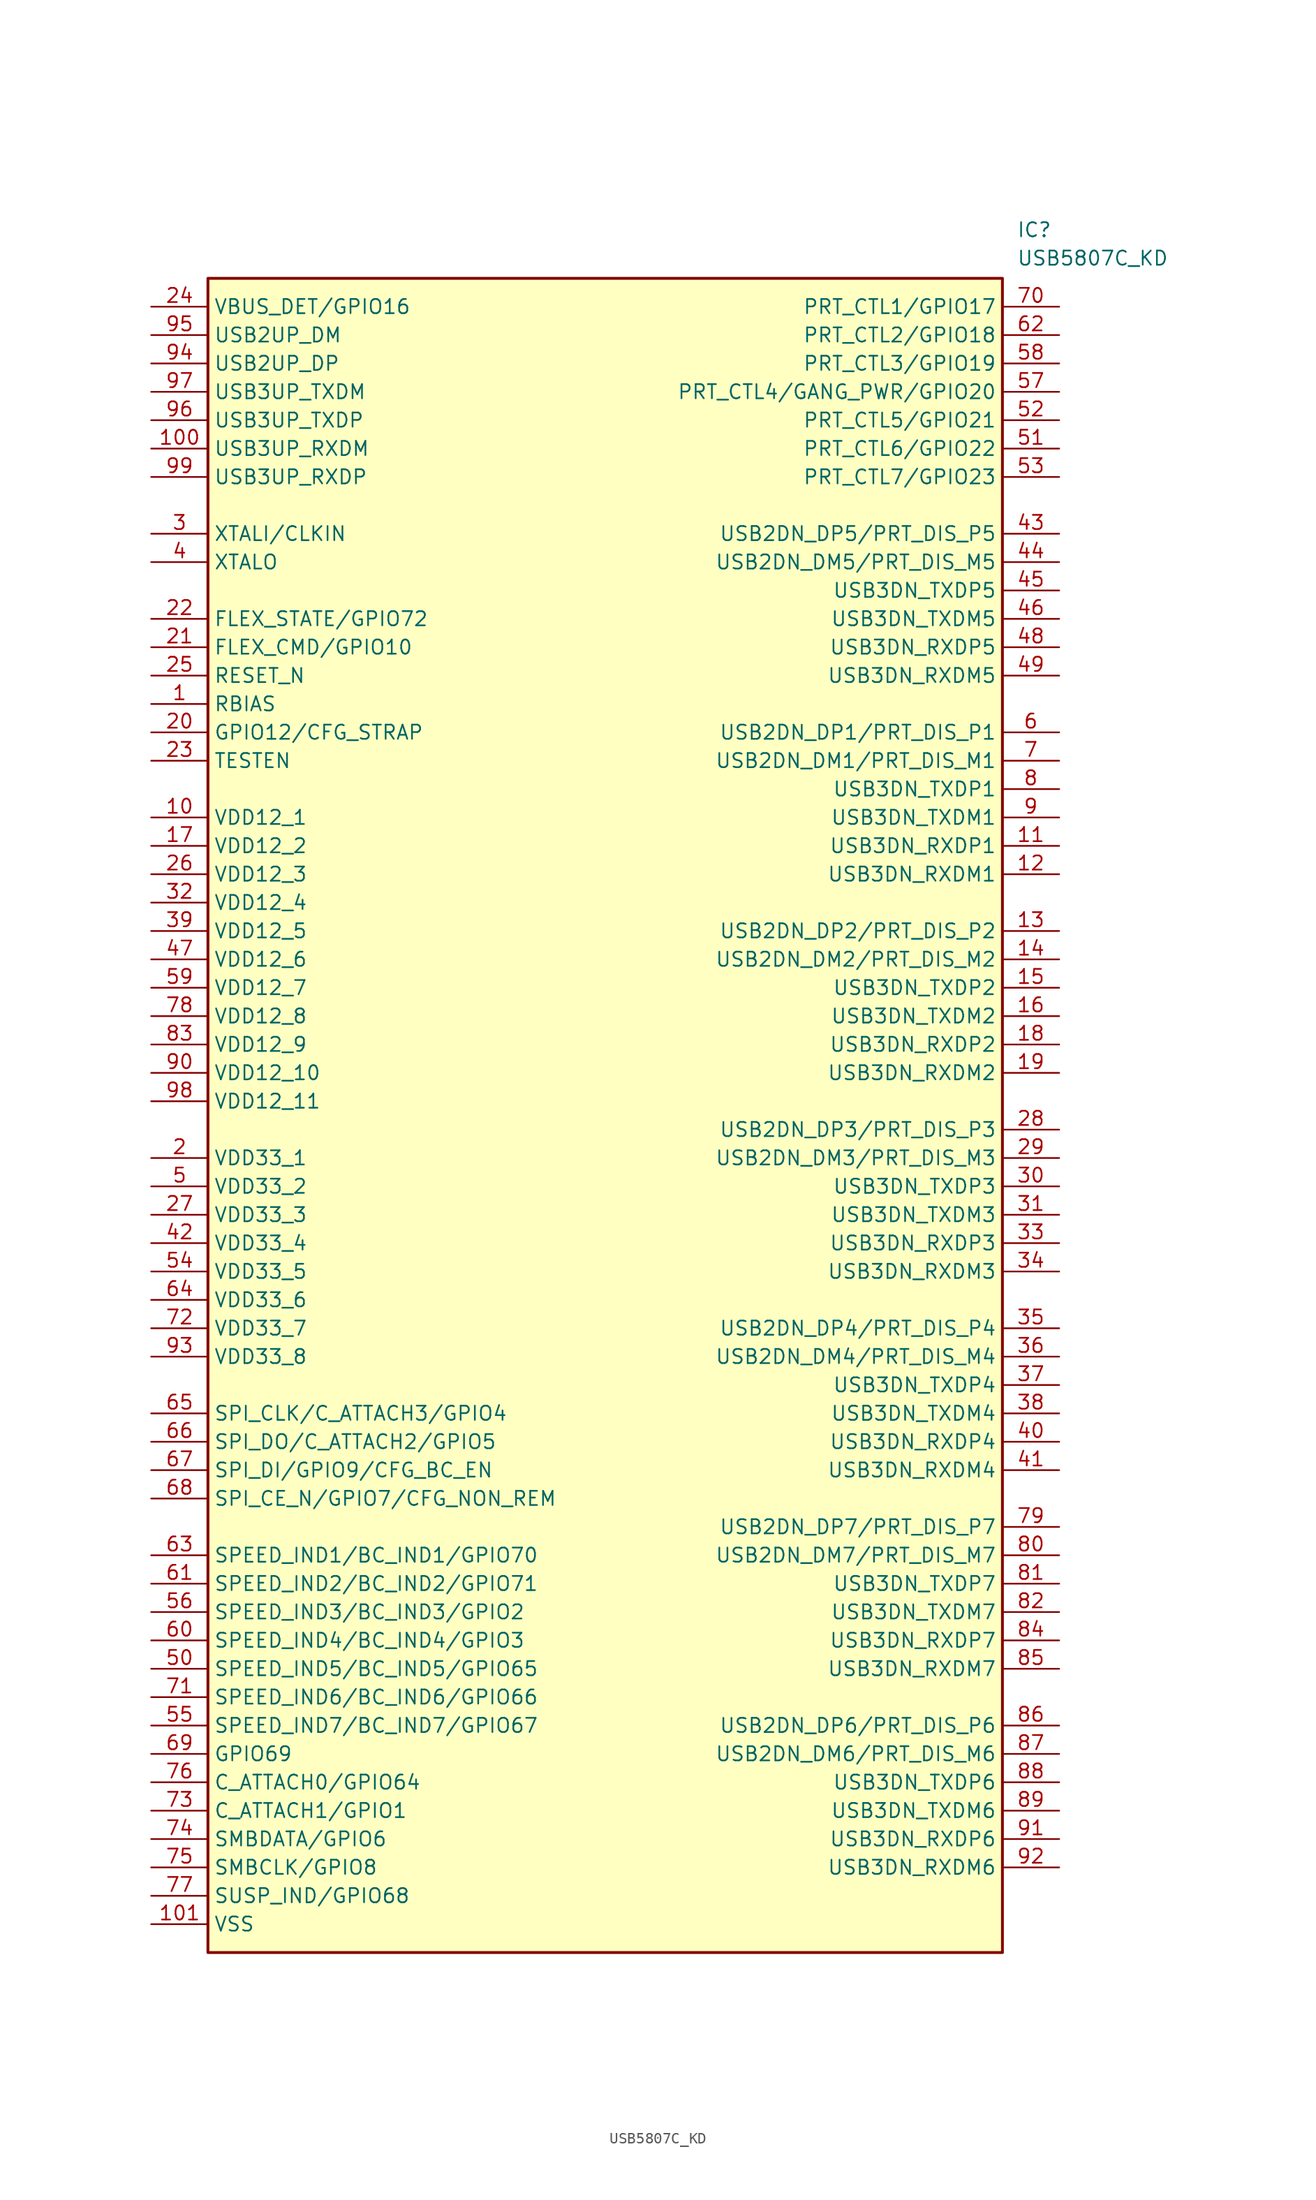
<source format=kicad_sym>
(kicad_symbol_lib
  (version 20231120)
  (generator "kicad_symbol_editor")
  (generator_version "8.0")
  (symbol "USB5807C_KD"
    (property "Reference" "IC"
      (at 77.47 7.62 0)
      (effects (font (size 1.27 1.27)) (justify left top)))
    (property "Value" "USB5807C_KD"
      (at 77.47 5.08 0)
      (effects (font (size 1.27 1.27)) (justify left top)))
    (symbol "USB5807C_KD_1_1"
      (rectangle (start 5.08 2.54) (end 76.2 -147.32) (stroke (width 0.254) (type default)) (fill (type background)))
      (pin passive line (at 0 -35.56 0) (length 5.08) (name "RBIAS" (effects (font (size 1.27 1.27)))) (number "1" (effects (font (size 1.27 1.27)))))
      (pin passive line (at 0 -45.72 0) (length 5.08) (name "VDD12_1" (effects (font (size 1.27 1.27)))) (number "10" (effects (font (size 1.27 1.27)))))
      (pin passive line (at 0 -12.7 0) (length 5.08) (name "USB3UP_RXDM" (effects (font (size 1.27 1.27)))) (number "100" (effects (font (size 1.27 1.27)))))
      (pin passive line (at 0 -144.78 0) (length 5.08) (name "VSS" (effects (font (size 1.27 1.27)))) (number "101" (effects (font (size 1.27 1.27)))))
      (pin passive line (at 81.28 -48.26 180) (length 5.08) (name "USB3DN_RXDP1" (effects (font (size 1.27 1.27)))) (number "11" (effects (font (size 1.27 1.27)))))
      (pin passive line (at 81.28 -50.8 180) (length 5.08) (name "USB3DN_RXDM1" (effects (font (size 1.27 1.27)))) (number "12" (effects (font (size 1.27 1.27)))))
      (pin passive line (at 81.28 -55.88 180) (length 5.08) (name "USB2DN_DP2/PRT_DIS_P2" (effects (font (size 1.27 1.27)))) (number "13" (effects (font (size 1.27 1.27)))))
      (pin passive line (at 81.28 -58.42 180) (length 5.08) (name "USB2DN_DM2/PRT_DIS_M2" (effects (font (size 1.27 1.27)))) (number "14" (effects (font (size 1.27 1.27)))))
      (pin passive line (at 81.28 -60.96 180) (length 5.08) (name "USB3DN_TXDP2" (effects (font (size 1.27 1.27)))) (number "15" (effects (font (size 1.27 1.27)))))
      (pin passive line (at 81.28 -63.5 180) (length 5.08) (name "USB3DN_TXDM2" (effects (font (size 1.27 1.27)))) (number "16" (effects (font (size 1.27 1.27)))))
      (pin passive line (at 0 -48.26 0) (length 5.08) (name "VDD12_2" (effects (font (size 1.27 1.27)))) (number "17" (effects (font (size 1.27 1.27)))))
      (pin passive line (at 81.28 -66.04 180) (length 5.08) (name "USB3DN_RXDP2" (effects (font (size 1.27 1.27)))) (number "18" (effects (font (size 1.27 1.27)))))
      (pin passive line (at 81.28 -68.58 180) (length 5.08) (name "USB3DN_RXDM2" (effects (font (size 1.27 1.27)))) (number "19" (effects (font (size 1.27 1.27)))))
      (pin passive line (at 0 -76.2 0) (length 5.08) (name "VDD33_1" (effects (font (size 1.27 1.27)))) (number "2" (effects (font (size 1.27 1.27)))))
      (pin passive line (at 0 -38.1 0) (length 5.08) (name "GPIO12/CFG_STRAP" (effects (font (size 1.27 1.27)))) (number "20" (effects (font (size 1.27 1.27)))))
      (pin passive line (at 0 -30.48 0) (length 5.08) (name "FLEX_CMD/GPIO10" (effects (font (size 1.27 1.27)))) (number "21" (effects (font (size 1.27 1.27)))))
      (pin passive line (at 0 -27.94 0) (length 5.08) (name "FLEX_STATE/GPIO72" (effects (font (size 1.27 1.27)))) (number "22" (effects (font (size 1.27 1.27)))))
      (pin passive line (at 0 -40.64 0) (length 5.08) (name "TESTEN" (effects (font (size 1.27 1.27)))) (number "23" (effects (font (size 1.27 1.27)))))
      (pin passive line (at 0 0 0) (length 5.08) (name "VBUS_DET/GPIO16" (effects (font (size 1.27 1.27)))) (number "24" (effects (font (size 1.27 1.27)))))
      (pin passive line (at 0 -33.02 0) (length 5.08) (name "RESET_N" (effects (font (size 1.27 1.27)))) (number "25" (effects (font (size 1.27 1.27)))))
      (pin passive line (at 0 -50.8 0) (length 5.08) (name "VDD12_3" (effects (font (size 1.27 1.27)))) (number "26" (effects (font (size 1.27 1.27)))))
      (pin passive line (at 0 -81.28 0) (length 5.08) (name "VDD33_3" (effects (font (size 1.27 1.27)))) (number "27" (effects (font (size 1.27 1.27)))))
      (pin passive line (at 81.28 -73.66 180) (length 5.08) (name "USB2DN_DP3/PRT_DIS_P3" (effects (font (size 1.27 1.27)))) (number "28" (effects (font (size 1.27 1.27)))))
      (pin passive line (at 81.28 -76.2 180) (length 5.08) (name "USB2DN_DM3/PRT_DIS_M3" (effects (font (size 1.27 1.27)))) (number "29" (effects (font (size 1.27 1.27)))))
      (pin passive line (at 0 -20.32 0) (length 5.08) (name "XTALI/CLKIN" (effects (font (size 1.27 1.27)))) (number "3" (effects (font (size 1.27 1.27)))))
      (pin passive line (at 81.28 -78.74 180) (length 5.08) (name "USB3DN_TXDP3" (effects (font (size 1.27 1.27)))) (number "30" (effects (font (size 1.27 1.27)))))
      (pin passive line (at 81.28 -81.28 180) (length 5.08) (name "USB3DN_TXDM3" (effects (font (size 1.27 1.27)))) (number "31" (effects (font (size 1.27 1.27)))))
      (pin passive line (at 0 -53.34 0) (length 5.08) (name "VDD12_4" (effects (font (size 1.27 1.27)))) (number "32" (effects (font (size 1.27 1.27)))))
      (pin passive line (at 81.28 -83.82 180) (length 5.08) (name "USB3DN_RXDP3" (effects (font (size 1.27 1.27)))) (number "33" (effects (font (size 1.27 1.27)))))
      (pin passive line (at 81.28 -86.36 180) (length 5.08) (name "USB3DN_RXDM3" (effects (font (size 1.27 1.27)))) (number "34" (effects (font (size 1.27 1.27)))))
      (pin passive line (at 81.28 -91.44 180) (length 5.08) (name "USB2DN_DP4/PRT_DIS_P4" (effects (font (size 1.27 1.27)))) (number "35" (effects (font (size 1.27 1.27)))))
      (pin passive line (at 81.28 -93.98 180) (length 5.08) (name "USB2DN_DM4/PRT_DIS_M4" (effects (font (size 1.27 1.27)))) (number "36" (effects (font (size 1.27 1.27)))))
      (pin passive line (at 81.28 -96.52 180) (length 5.08) (name "USB3DN_TXDP4" (effects (font (size 1.27 1.27)))) (number "37" (effects (font (size 1.27 1.27)))))
      (pin passive line (at 81.28 -99.06 180) (length 5.08) (name "USB3DN_TXDM4" (effects (font (size 1.27 1.27)))) (number "38" (effects (font (size 1.27 1.27)))))
      (pin passive line (at 0 -55.88 0) (length 5.08) (name "VDD12_5" (effects (font (size 1.27 1.27)))) (number "39" (effects (font (size 1.27 1.27)))))
      (pin passive line (at 0 -22.86 0) (length 5.08) (name "XTALO" (effects (font (size 1.27 1.27)))) (number "4" (effects (font (size 1.27 1.27)))))
      (pin passive line (at 81.28 -101.6 180) (length 5.08) (name "USB3DN_RXDP4" (effects (font (size 1.27 1.27)))) (number "40" (effects (font (size 1.27 1.27)))))
      (pin passive line (at 81.28 -104.14 180) (length 5.08) (name "USB3DN_RXDM4" (effects (font (size 1.27 1.27)))) (number "41" (effects (font (size 1.27 1.27)))))
      (pin passive line (at 0 -83.82 0) (length 5.08) (name "VDD33_4" (effects (font (size 1.27 1.27)))) (number "42" (effects (font (size 1.27 1.27)))))
      (pin passive line (at 81.28 -20.32 180) (length 5.08) (name "USB2DN_DP5/PRT_DIS_P5" (effects (font (size 1.27 1.27)))) (number "43" (effects (font (size 1.27 1.27)))))
      (pin passive line (at 81.28 -22.86 180) (length 5.08) (name "USB2DN_DM5/PRT_DIS_M5" (effects (font (size 1.27 1.27)))) (number "44" (effects (font (size 1.27 1.27)))))
      (pin passive line (at 81.28 -25.4 180) (length 5.08) (name "USB3DN_TXDP5" (effects (font (size 1.27 1.27)))) (number "45" (effects (font (size 1.27 1.27)))))
      (pin passive line (at 81.28 -27.94 180) (length 5.08) (name "USB3DN_TXDM5" (effects (font (size 1.27 1.27)))) (number "46" (effects (font (size 1.27 1.27)))))
      (pin passive line (at 0 -58.42 0) (length 5.08) (name "VDD12_6" (effects (font (size 1.27 1.27)))) (number "47" (effects (font (size 1.27 1.27)))))
      (pin passive line (at 81.28 -30.48 180) (length 5.08) (name "USB3DN_RXDP5" (effects (font (size 1.27 1.27)))) (number "48" (effects (font (size 1.27 1.27)))))
      (pin passive line (at 81.28 -33.02 180) (length 5.08) (name "USB3DN_RXDM5" (effects (font (size 1.27 1.27)))) (number "49" (effects (font (size 1.27 1.27)))))
      (pin passive line (at 0 -78.74 0) (length 5.08) (name "VDD33_2" (effects (font (size 1.27 1.27)))) (number "5" (effects (font (size 1.27 1.27)))))
      (pin passive line (at 0 -121.92 0) (length 5.08) (name "SPEED_IND5/BC_IND5/GPIO65" (effects (font (size 1.27 1.27)))) (number "50" (effects (font (size 1.27 1.27)))))
      (pin passive line (at 81.28 -12.7 180) (length 5.08) (name "PRT_CTL6/GPIO22" (effects (font (size 1.27 1.27)))) (number "51" (effects (font (size 1.27 1.27)))))
      (pin passive line (at 81.28 -10.16 180) (length 5.08) (name "PRT_CTL5/GPIO21" (effects (font (size 1.27 1.27)))) (number "52" (effects (font (size 1.27 1.27)))))
      (pin passive line (at 81.28 -15.24 180) (length 5.08) (name "PRT_CTL7/GPIO23" (effects (font (size 1.27 1.27)))) (number "53" (effects (font (size 1.27 1.27)))))
      (pin passive line (at 0 -86.36 0) (length 5.08) (name "VDD33_5" (effects (font (size 1.27 1.27)))) (number "54" (effects (font (size 1.27 1.27)))))
      (pin passive line (at 0 -127 0) (length 5.08) (name "SPEED_IND7/BC_IND7/GPIO67" (effects (font (size 1.27 1.27)))) (number "55" (effects (font (size 1.27 1.27)))))
      (pin passive line (at 0 -116.84 0) (length 5.08) (name "SPEED_IND3/BC_IND3/GPIO2" (effects (font (size 1.27 1.27)))) (number "56" (effects (font (size 1.27 1.27)))))
      (pin passive line (at 81.28 -7.62 180) (length 5.08) (name "PRT_CTL4/GANG_PWR/GPIO20" (effects (font (size 1.27 1.27)))) (number "57" (effects (font (size 1.27 1.27)))))
      (pin passive line (at 81.28 -5.08 180) (length 5.08) (name "PRT_CTL3/GPIO19" (effects (font (size 1.27 1.27)))) (number "58" (effects (font (size 1.27 1.27)))))
      (pin passive line (at 0 -60.96 0) (length 5.08) (name "VDD12_7" (effects (font (size 1.27 1.27)))) (number "59" (effects (font (size 1.27 1.27)))))
      (pin passive line (at 81.28 -38.1 180) (length 5.08) (name "USB2DN_DP1/PRT_DIS_P1" (effects (font (size 1.27 1.27)))) (number "6" (effects (font (size 1.27 1.27)))))
      (pin passive line (at 0 -119.38 0) (length 5.08) (name "SPEED_IND4/BC_IND4/GPIO3" (effects (font (size 1.27 1.27)))) (number "60" (effects (font (size 1.27 1.27)))))
      (pin passive line (at 0 -114.3 0) (length 5.08) (name "SPEED_IND2/BC_IND2/GPIO71" (effects (font (size 1.27 1.27)))) (number "61" (effects (font (size 1.27 1.27)))))
      (pin passive line (at 81.28 -2.54 180) (length 5.08) (name "PRT_CTL2/GPIO18" (effects (font (size 1.27 1.27)))) (number "62" (effects (font (size 1.27 1.27)))))
      (pin passive line (at 0 -111.76 0) (length 5.08) (name "SPEED_IND1/BC_IND1/GPIO70" (effects (font (size 1.27 1.27)))) (number "63" (effects (font (size 1.27 1.27)))))
      (pin passive line (at 0 -88.9 0) (length 5.08) (name "VDD33_6" (effects (font (size 1.27 1.27)))) (number "64" (effects (font (size 1.27 1.27)))))
      (pin passive line (at 0 -99.06 0) (length 5.08) (name "SPI_CLK/C_ATTACH3/GPIO4" (effects (font (size 1.27 1.27)))) (number "65" (effects (font (size 1.27 1.27)))))
      (pin passive line (at 0 -101.6 0) (length 5.08) (name "SPI_DO/C_ATTACH2/GPIO5" (effects (font (size 1.27 1.27)))) (number "66" (effects (font (size 1.27 1.27)))))
      (pin passive line (at 0 -104.14 0) (length 5.08) (name "SPI_DI/GPIO9/CFG_BC_EN" (effects (font (size 1.27 1.27)))) (number "67" (effects (font (size 1.27 1.27)))))
      (pin passive line (at 0 -106.68 0) (length 5.08) (name "SPI_CE_N/GPIO7/CFG_NON_REM" (effects (font (size 1.27 1.27)))) (number "68" (effects (font (size 1.27 1.27)))))
      (pin passive line (at 0 -129.54 0) (length 5.08) (name "GPIO69" (effects (font (size 1.27 1.27)))) (number "69" (effects (font (size 1.27 1.27)))))
      (pin passive line (at 81.28 -40.64 180) (length 5.08) (name "USB2DN_DM1/PRT_DIS_M1" (effects (font (size 1.27 1.27)))) (number "7" (effects (font (size 1.27 1.27)))))
      (pin passive line (at 81.28 0 180) (length 5.08) (name "PRT_CTL1/GPIO17" (effects (font (size 1.27 1.27)))) (number "70" (effects (font (size 1.27 1.27)))))
      (pin passive line (at 0 -124.46 0) (length 5.08) (name "SPEED_IND6/BC_IND6/GPIO66" (effects (font (size 1.27 1.27)))) (number "71" (effects (font (size 1.27 1.27)))))
      (pin passive line (at 0 -91.44 0) (length 5.08) (name "VDD33_7" (effects (font (size 1.27 1.27)))) (number "72" (effects (font (size 1.27 1.27)))))
      (pin passive line (at 0 -134.62 0) (length 5.08) (name "C_ATTACH1/GPIO1" (effects (font (size 1.27 1.27)))) (number "73" (effects (font (size 1.27 1.27)))))
      (pin passive line (at 0 -137.16 0) (length 5.08) (name "SMBDATA/GPIO6" (effects (font (size 1.27 1.27)))) (number "74" (effects (font (size 1.27 1.27)))))
      (pin passive line (at 0 -139.7 0) (length 5.08) (name "SMBCLK/GPIO8" (effects (font (size 1.27 1.27)))) (number "75" (effects (font (size 1.27 1.27)))))
      (pin passive line (at 0 -132.08 0) (length 5.08) (name "C_ATTACH0/GPIO64" (effects (font (size 1.27 1.27)))) (number "76" (effects (font (size 1.27 1.27)))))
      (pin passive line (at 0 -142.24 0) (length 5.08) (name "SUSP_IND/GPIO68" (effects (font (size 1.27 1.27)))) (number "77" (effects (font (size 1.27 1.27)))))
      (pin passive line (at 0 -63.5 0) (length 5.08) (name "VDD12_8" (effects (font (size 1.27 1.27)))) (number "78" (effects (font (size 1.27 1.27)))))
      (pin passive line (at 81.28 -109.22 180) (length 5.08) (name "USB2DN_DP7/PRT_DIS_P7" (effects (font (size 1.27 1.27)))) (number "79" (effects (font (size 1.27 1.27)))))
      (pin passive line (at 81.28 -43.18 180) (length 5.08) (name "USB3DN_TXDP1" (effects (font (size 1.27 1.27)))) (number "8" (effects (font (size 1.27 1.27)))))
      (pin passive line (at 81.28 -111.76 180) (length 5.08) (name "USB2DN_DM7/PRT_DIS_M7" (effects (font (size 1.27 1.27)))) (number "80" (effects (font (size 1.27 1.27)))))
      (pin passive line (at 81.28 -114.3 180) (length 5.08) (name "USB3DN_TXDP7" (effects (font (size 1.27 1.27)))) (number "81" (effects (font (size 1.27 1.27)))))
      (pin passive line (at 81.28 -116.84 180) (length 5.08) (name "USB3DN_TXDM7" (effects (font (size 1.27 1.27)))) (number "82" (effects (font (size 1.27 1.27)))))
      (pin passive line (at 0 -66.04 0) (length 5.08) (name "VDD12_9" (effects (font (size 1.27 1.27)))) (number "83" (effects (font (size 1.27 1.27)))))
      (pin passive line (at 81.28 -119.38 180) (length 5.08) (name "USB3DN_RXDP7" (effects (font (size 1.27 1.27)))) (number "84" (effects (font (size 1.27 1.27)))))
      (pin passive line (at 81.28 -121.92 180) (length 5.08) (name "USB3DN_RXDM7" (effects (font (size 1.27 1.27)))) (number "85" (effects (font (size 1.27 1.27)))))
      (pin passive line (at 81.28 -127 180) (length 5.08) (name "USB2DN_DP6/PRT_DIS_P6" (effects (font (size 1.27 1.27)))) (number "86" (effects (font (size 1.27 1.27)))))
      (pin passive line (at 81.28 -129.54 180) (length 5.08) (name "USB2DN_DM6/PRT_DIS_M6" (effects (font (size 1.27 1.27)))) (number "87" (effects (font (size 1.27 1.27)))))
      (pin passive line (at 81.28 -132.08 180) (length 5.08) (name "USB3DN_TXDP6" (effects (font (size 1.27 1.27)))) (number "88" (effects (font (size 1.27 1.27)))))
      (pin passive line (at 81.28 -134.62 180) (length 5.08) (name "USB3DN_TXDM6" (effects (font (size 1.27 1.27)))) (number "89" (effects (font (size 1.27 1.27)))))
      (pin passive line (at 81.28 -45.72 180) (length 5.08) (name "USB3DN_TXDM1" (effects (font (size 1.27 1.27)))) (number "9" (effects (font (size 1.27 1.27)))))
      (pin passive line (at 0 -68.58 0) (length 5.08) (name "VDD12_10" (effects (font (size 1.27 1.27)))) (number "90" (effects (font (size 1.27 1.27)))))
      (pin passive line (at 81.28 -137.16 180) (length 5.08) (name "USB3DN_RXDP6" (effects (font (size 1.27 1.27)))) (number "91" (effects (font (size 1.27 1.27)))))
      (pin passive line (at 81.28 -139.7 180) (length 5.08) (name "USB3DN_RXDM6" (effects (font (size 1.27 1.27)))) (number "92" (effects (font (size 1.27 1.27)))))
      (pin passive line (at 0 -93.98 0) (length 5.08) (name "VDD33_8" (effects (font (size 1.27 1.27)))) (number "93" (effects (font (size 1.27 1.27)))))
      (pin passive line (at 0 -5.08 0) (length 5.08) (name "USB2UP_DP" (effects (font (size 1.27 1.27)))) (number "94" (effects (font (size 1.27 1.27)))))
      (pin passive line (at 0 -2.54 0) (length 5.08) (name "USB2UP_DM" (effects (font (size 1.27 1.27)))) (number "95" (effects (font (size 1.27 1.27)))))
      (pin passive line (at 0 -10.16 0) (length 5.08) (name "USB3UP_TXDP" (effects (font (size 1.27 1.27)))) (number "96" (effects (font (size 1.27 1.27)))))
      (pin passive line (at 0 -7.62 0) (length 5.08) (name "USB3UP_TXDM" (effects (font (size 1.27 1.27)))) (number "97" (effects (font (size 1.27 1.27)))))
      (pin passive line (at 0 -71.12 0) (length 5.08) (name "VDD12_11" (effects (font (size 1.27 1.27)))) (number "98" (effects (font (size 1.27 1.27)))))
      (pin passive line (at 0 -15.24 0) (length 5.08) (name "USB3UP_RXDP" (effects (font (size 1.27 1.27)))) (number "99" (effects (font (size 1.27 1.27))))))))
</source>
